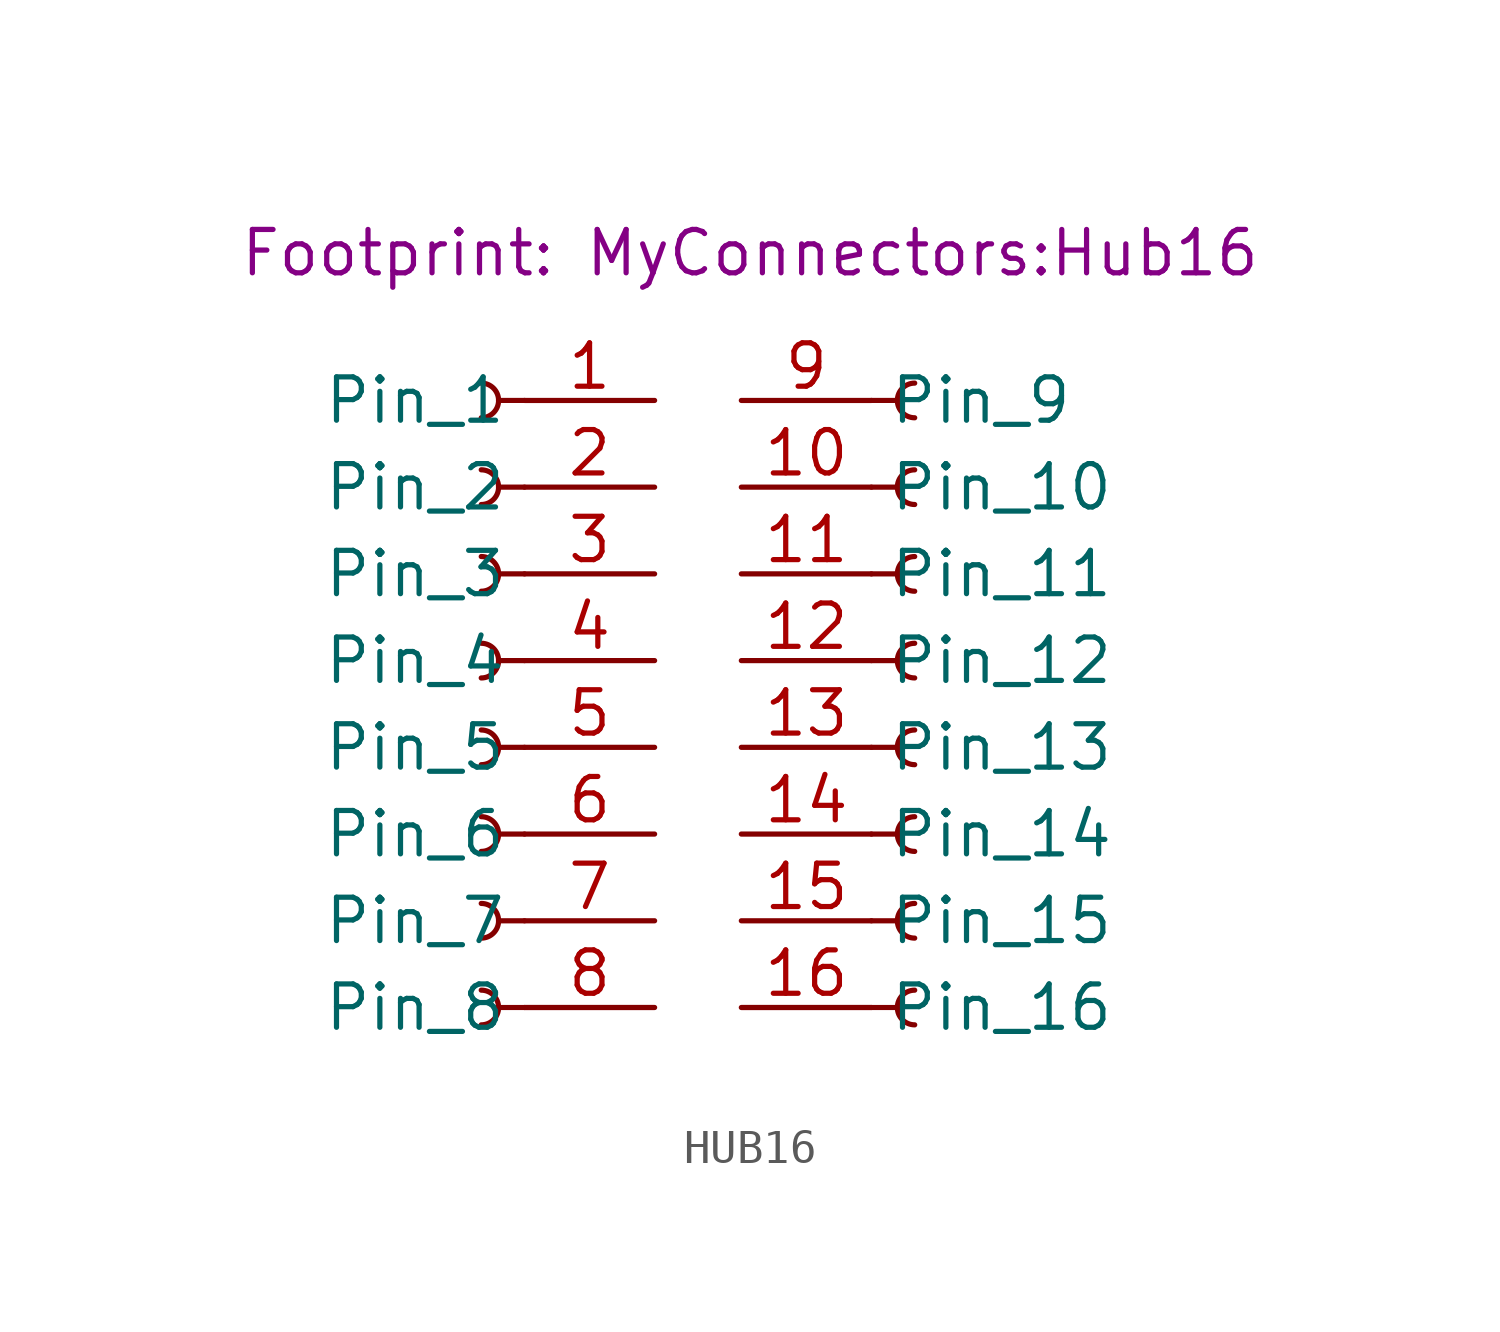
<source format=kicad_sym>
(kicad_symbol_lib
  (version 20241209)
  (generator "kicad_symbol_editor")
  (generator_version "9.0")
  (symbol "HUB16"
    (property "Reference" "U"
      (at -1.016 -2.286 0)
      (effects (font (size 1.27 1.27)) (hide yes)))
    (property "Value" ""
      (at 0 0 0)
      (effects (font (size 1.27 1.27))))
    (property "Footprint" "MyConnectors:Hub16"
      (at 0.254 6.858 0)
      (show_name)
      (effects (font (size 1.27 1.27))))
    (symbol "HUB16_1_1"
      (arc (start -7.6178 3.048) (mid -7.112 2.54) (end -7.6178 2.032) (stroke (width 0.1524) (type default)) (fill (type none)))
      (arc (start -7.6178 0.508) (mid -7.112 0) (end -7.6178 -0.508) (stroke (width 0.1524) (type default)) (fill (type none)))
      (arc (start -7.6178 -2.032) (mid -7.112 -2.54) (end -7.6178 -3.048) (stroke (width 0.1524) (type default)) (fill (type none)))
      (arc (start -7.6178 -4.572) (mid -7.112 -5.08) (end -7.6178 -5.588) (stroke (width 0.1524) (type default)) (fill (type none)))
      (arc (start -7.6178 -7.112) (mid -7.112 -7.62) (end -7.6178 -8.128) (stroke (width 0.1524) (type default)) (fill (type none)))
      (arc (start -7.6178 -9.652) (mid -7.112 -10.16) (end -7.6178 -10.668) (stroke (width 0.1524) (type default)) (fill (type none)))
      (arc (start -7.6178 -12.192) (mid -7.112 -12.7) (end -7.6178 -13.208) (stroke (width 0.1524) (type default)) (fill (type none)))
      (arc (start -7.6178 -14.732) (mid -7.112 -15.24) (end -7.6178 -15.748) (stroke (width 0.1524) (type default)) (fill (type none)))
      (polyline (pts (xy -6.35 2.54) (xy -7.112 2.54)) (stroke (width 0.152) (type default)) (fill (type none)))
      (polyline (pts (xy -6.35 0) (xy -7.112 0)) (stroke (width 0.152) (type default)) (fill (type none)))
      (polyline (pts (xy -6.35 -2.54) (xy -7.112 -2.54)) (stroke (width 0.152) (type default)) (fill (type none)))
      (polyline (pts (xy -6.35 -5.08) (xy -7.112 -5.08)) (stroke (width 0.152) (type default)) (fill (type none)))
      (polyline (pts (xy -6.35 -7.62) (xy -7.112 -7.62)) (stroke (width 0.152) (type default)) (fill (type none)))
      (polyline (pts (xy -6.35 -10.16) (xy -7.112 -10.16)) (stroke (width 0.152) (type default)) (fill (type none)))
      (polyline (pts (xy -6.35 -12.7) (xy -7.112 -12.7)) (stroke (width 0.152) (type default)) (fill (type none)))
      (polyline (pts (xy -6.35 -15.24) (xy -7.112 -15.24)) (stroke (width 0.152) (type default)) (fill (type none)))
      (polyline (pts (xy 3.81 2.54) (xy 4.572 2.54)) (stroke (width 0.152) (type default)) (fill (type none)))
      (polyline (pts (xy 3.81 0) (xy 4.572 0)) (stroke (width 0.152) (type default)) (fill (type none)))
      (polyline (pts (xy 3.81 -2.54) (xy 4.572 -2.54)) (stroke (width 0.152) (type default)) (fill (type none)))
      (polyline (pts (xy 3.81 -5.08) (xy 4.572 -5.08)) (stroke (width 0.152) (type default)) (fill (type none)))
      (polyline (pts (xy 3.81 -7.62) (xy 4.572 -7.62)) (stroke (width 0.152) (type default)) (fill (type none)))
      (polyline (pts (xy 3.81 -10.16) (xy 4.572 -10.16)) (stroke (width 0.152) (type default)) (fill (type none)))
      (polyline (pts (xy 3.81 -12.7) (xy 4.572 -12.7)) (stroke (width 0.152) (type default)) (fill (type none)))
      (polyline (pts (xy 3.81 -15.24) (xy 4.572 -15.24)) (stroke (width 0.152) (type default)) (fill (type none)))
      (arc (start 5.0778 2.032) (mid 4.572 2.54) (end 5.0778 3.048) (stroke (width 0.1524) (type default)) (fill (type none)))
      (arc (start 5.0778 -0.508) (mid 4.572 0) (end 5.0778 0.508) (stroke (width 0.1524) (type default)) (fill (type none)))
      (arc (start 5.0778 -3.048) (mid 4.572 -2.54) (end 5.0778 -2.032) (stroke (width 0.1524) (type default)) (fill (type none)))
      (arc (start 5.0778 -5.588) (mid 4.572 -5.08) (end 5.0778 -4.572) (stroke (width 0.1524) (type default)) (fill (type none)))
      (arc (start 5.0778 -8.128) (mid 4.572 -7.62) (end 5.0778 -7.112) (stroke (width 0.1524) (type default)) (fill (type none)))
      (arc (start 5.0778 -10.668) (mid 4.572 -10.16) (end 5.0778 -9.652) (stroke (width 0.1524) (type default)) (fill (type none)))
      (arc (start 5.0778 -13.208) (mid 4.572 -12.7) (end 5.0778 -12.192) (stroke (width 0.1524) (type default)) (fill (type none)))
      (arc (start 5.0778 -15.748) (mid 4.572 -15.24) (end 5.0778 -14.732) (stroke (width 0.1524) (type default)) (fill (type none)))
      (pin passive line (at -2.54 2.54 180) (length 3.81) (name "Pin_1" (effects (font (size 1.27 1.27)))) (number "1" (effects (font (size 1.27 1.27)))))
      (pin passive line (at -2.54 0 180) (length 3.81) (name "Pin_2" (effects (font (size 1.27 1.27)))) (number "2" (effects (font (size 1.27 1.27)))))
      (pin passive line (at -2.54 -2.54 180) (length 3.81) (name "Pin_3" (effects (font (size 1.27 1.27)))) (number "3" (effects (font (size 1.27 1.27)))))
      (pin passive line (at -2.54 -5.08 180) (length 3.81) (name "Pin_4" (effects (font (size 1.27 1.27)))) (number "4" (effects (font (size 1.27 1.27)))))
      (pin passive line (at -2.54 -7.62 180) (length 3.81) (name "Pin_5" (effects (font (size 1.27 1.27)))) (number "5" (effects (font (size 1.27 1.27)))))
      (pin passive line (at -2.54 -10.16 180) (length 3.81) (name "Pin_6" (effects (font (size 1.27 1.27)))) (number "6" (effects (font (size 1.27 1.27)))))
      (pin passive line (at -2.54 -12.7 180) (length 3.81) (name "Pin_7" (effects (font (size 1.27 1.27)))) (number "7" (effects (font (size 1.27 1.27)))))
      (pin passive line (at -2.54 -15.24 180) (length 3.81) (name "Pin_8" (effects (font (size 1.27 1.27)))) (number "8" (effects (font (size 1.27 1.27)))))
      (pin passive line (at 0 2.54 0) (length 3.81) (name "Pin_9" (effects (font (size 1.27 1.27)))) (number "9" (effects (font (size 1.27 1.27)))))
      (pin passive line (at 0 0 0) (length 3.81) (name "Pin_10" (effects (font (size 1.27 1.27)))) (number "10" (effects (font (size 1.27 1.27)))))
      (pin passive line (at 0 -2.54 0) (length 3.81) (name "Pin_11" (effects (font (size 1.27 1.27)))) (number "11" (effects (font (size 1.27 1.27)))))
      (pin passive line (at 0 -5.08 0) (length 3.81) (name "Pin_12" (effects (font (size 1.27 1.27)))) (number "12" (effects (font (size 1.27 1.27)))))
      (pin passive line (at 0 -7.62 0) (length 3.81) (name "Pin_13" (effects (font (size 1.27 1.27)))) (number "13" (effects (font (size 1.27 1.27)))))
      (pin passive line (at 0 -10.16 0) (length 3.81) (name "Pin_14" (effects (font (size 1.27 1.27)))) (number "14" (effects (font (size 1.27 1.27)))))
      (pin passive line (at 0 -12.7 0) (length 3.81) (name "Pin_15" (effects (font (size 1.27 1.27)))) (number "15" (effects (font (size 1.27 1.27)))))
      (pin passive line (at 0 -15.24 0) (length 3.81) (name "Pin_16" (effects (font (size 1.27 1.27)))) (number "16" (effects (font (size 1.27 1.27))))))))
</source>
